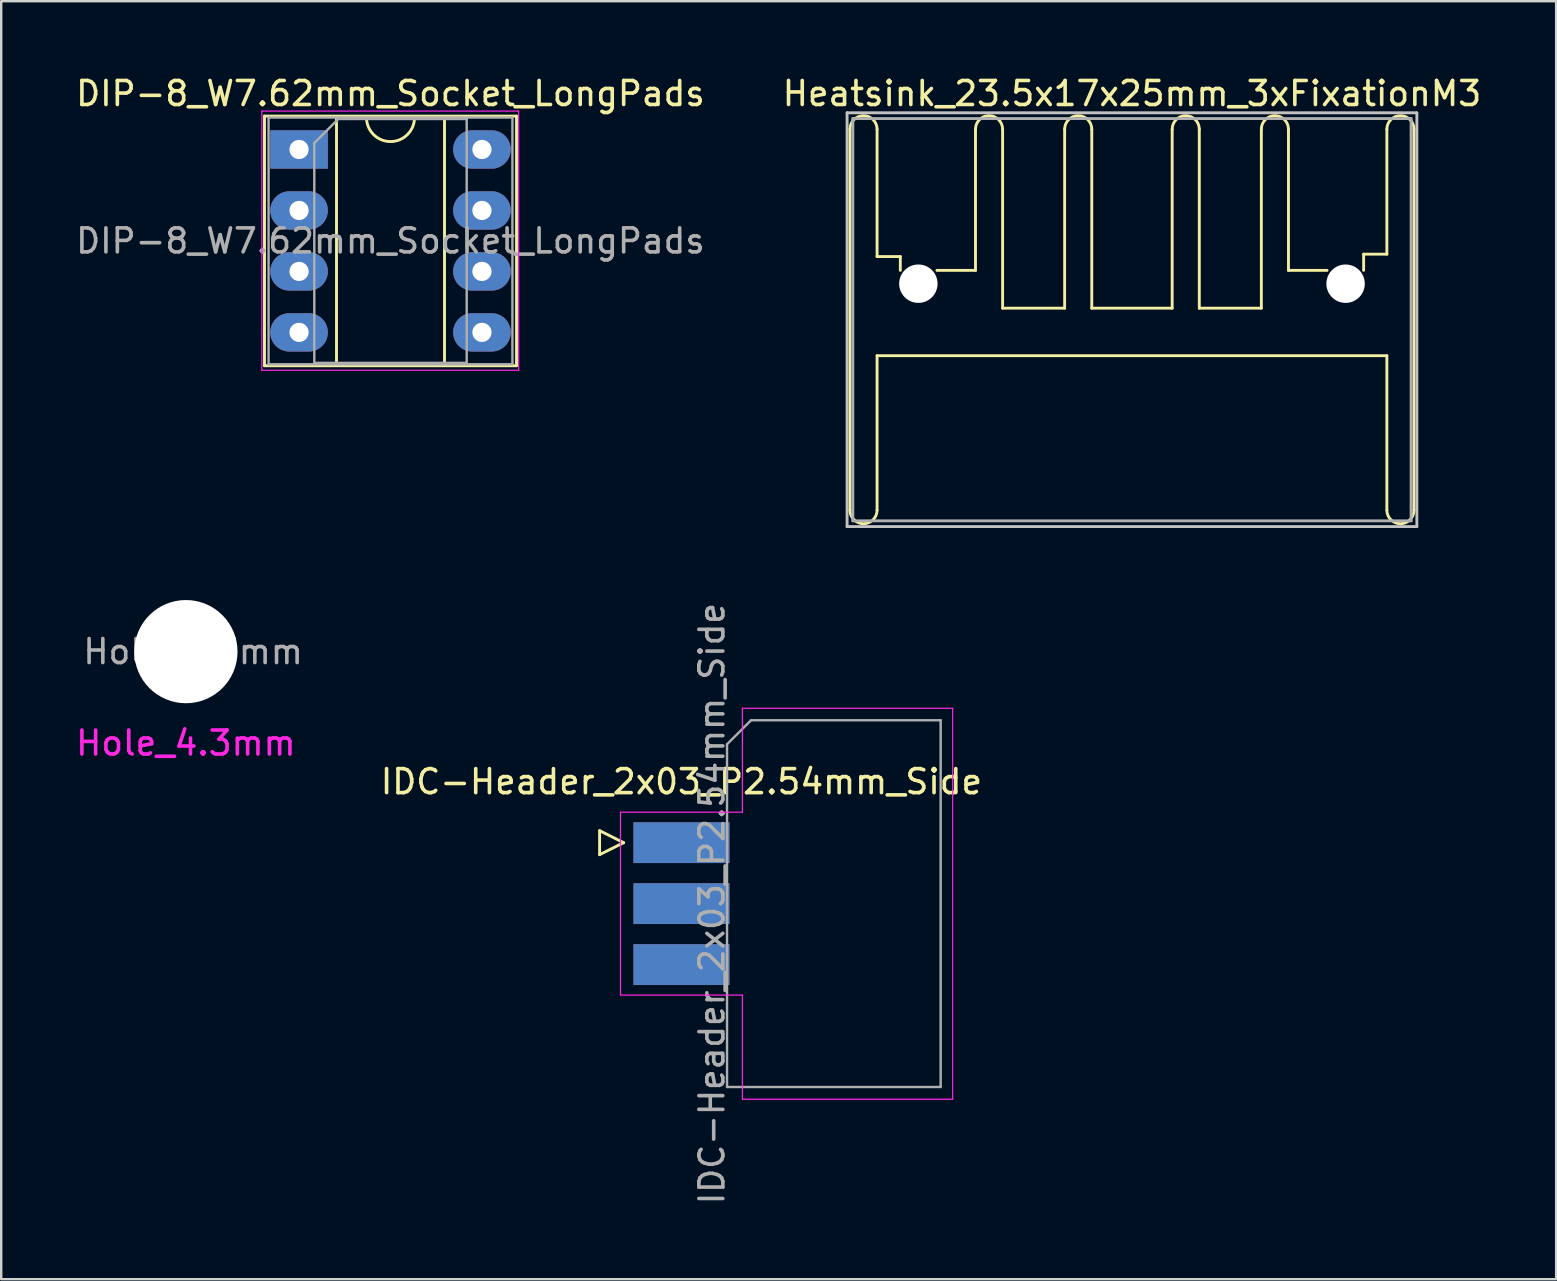
<source format=kicad_pcb>
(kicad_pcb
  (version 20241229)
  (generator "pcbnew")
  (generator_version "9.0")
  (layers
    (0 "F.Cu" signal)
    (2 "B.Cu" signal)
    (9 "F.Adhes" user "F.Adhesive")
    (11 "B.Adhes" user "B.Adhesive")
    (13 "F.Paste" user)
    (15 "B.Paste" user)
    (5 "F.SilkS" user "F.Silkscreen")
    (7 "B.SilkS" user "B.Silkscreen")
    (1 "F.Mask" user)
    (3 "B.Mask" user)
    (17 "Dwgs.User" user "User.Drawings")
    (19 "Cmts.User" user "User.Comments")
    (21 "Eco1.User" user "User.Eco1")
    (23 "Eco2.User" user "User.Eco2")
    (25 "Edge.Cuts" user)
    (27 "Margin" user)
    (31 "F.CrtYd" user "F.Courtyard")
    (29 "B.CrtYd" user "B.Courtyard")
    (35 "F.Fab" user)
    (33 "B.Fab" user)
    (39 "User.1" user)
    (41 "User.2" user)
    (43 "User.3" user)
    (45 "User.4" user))
  (footprint "Hole_4.3mm"
    (layer "F.Cu")
    (at 4.696 24.1)
    (property "Reference" "Hole_4.3mm" (at 0 3.81 0) (layer "F.CrtYd") (effects (font (size 1 1) (thickness 0.15))))
    (attr through_hole)
    (fp_text user "${REFERENCE}" (at 0.3 0 0) (layer "F.Fab") (effects (font (size 1 1) (thickness 0.15))))
    (pad "" np_thru_hole circle (at 0 0) (size 4.3 4.3) (drill 4.3) (layers "*.Cu" "*.Mask")))
  (footprint "Heatsink_23.5x17x25mm_3xFixationM3"
    (layer "F.Cu")
    (at 44.113 11.77)
    (property "Reference" "Heatsink_23.5x17x25mm_3xFixationM3" (at 0 -10.922 0) (layer "F.SilkS") (effects (font (size 1 1) (thickness 0.15))))
    (attr through_hole)
    (fp_line (start -11.75 6.435) (end -11.75 -9.435) (stroke (width 0.12) (type solid)) (layer "F.SilkS"))
    (fp_line (start -10.62 -4.13) (end -10.62 -9.435) (stroke (width 0.12) (type solid)) (layer "F.SilkS"))
    (fp_line (start -10.62 -4.13) (end -9.652 -4.13) (stroke (width 0.12) (type solid)) (layer "F.SilkS"))
    (fp_line (start -10.62 0) (end -10.62 6.435) (stroke (width 0.12) (type solid)) (layer "F.SilkS"))
    (fp_line (start -9.652 -4.13) (end -9.652 -3.556) (stroke (width 0.12) (type solid)) (layer "F.SilkS"))
    (fp_line (start -8.128 -3.556) (end -6.52 -3.556) (stroke (width 0.12) (type solid)) (layer "F.SilkS"))
    (fp_line (start -6.52 -9.435) (end -6.52 -3.556) (stroke (width 0.12) (type solid)) (layer "F.SilkS"))
    (fp_line (start -5.39 -1.98) (end -5.39 -9.435) (stroke (width 0.12) (type solid)) (layer "F.SilkS"))
    (fp_line (start -2.805 -1.98) (end -5.39 -1.98) (stroke (width 0.12) (type solid)) (layer "F.SilkS"))
    (fp_line (start -2.805 -1.98) (end -2.805 -9.435) (stroke (width 0.12) (type solid)) (layer "F.SilkS"))
    (fp_line (start -1.675 -1.98) (end -1.675 -9.435) (stroke (width 0.12) (type solid)) (layer "F.SilkS"))
    (fp_line (start 1.675 -9.435) (end 1.675 -1.98) (stroke (width 0.12) (type solid)) (layer "F.SilkS"))
    (fp_line (start 1.675 -1.98) (end -1.675 -1.98) (stroke (width 0.12) (type solid)) (layer "F.SilkS"))
    (fp_line (start 2.805 -1.98) (end 2.805 -9.435) (stroke (width 0.12) (type solid)) (layer "F.SilkS"))
    (fp_line (start 5.39 -1.98) (end 2.805 -1.98) (stroke (width 0.12) (type solid)) (layer "F.SilkS"))
    (fp_line (start 5.39 -1.98) (end 5.39 -9.435) (stroke (width 0.12) (type solid)) (layer "F.SilkS"))
    (fp_line (start 6.52 -3.556) (end 6.52 -9.435) (stroke (width 0.12) (type solid)) (layer "F.SilkS"))
    (fp_line (start 8.128 -3.556) (end 6.52 -3.556) (stroke (width 0.12) (type solid)) (layer "F.SilkS"))
    (fp_line (start 9.652 -4.23) (end 9.652 -3.556) (stroke (width 0.12) (type solid)) (layer "F.SilkS"))
    (fp_line (start 10.62 -9.435) (end 10.62 -4.23) (stroke (width 0.12) (type solid)) (layer "F.SilkS"))
    (fp_line (start 10.62 -4.23) (end 9.652 -4.23) (stroke (width 0.12) (type solid)) (layer "F.SilkS"))
    (fp_line (start 10.62 0) (end -10.62 0) (stroke (width 0.12) (type solid)) (layer "F.SilkS"))
    (fp_line (start 10.62 0) (end 10.62 6.435) (stroke (width 0.12) (type solid)) (layer "F.SilkS"))
    (fp_line (start 11.75 6.435) (end 11.75 -9.435) (stroke (width 0.12) (type solid)) (layer "F.SilkS"))
    (fp_arc (start -11.75 -9.435) (mid -11.185 -10) (end -10.62 -9.435) (stroke (width 0.12) (type solid)) (layer "F.SilkS"))
    (fp_arc (start -10.62 6.435) (mid -11.185 7) (end -11.75 6.435) (stroke (width 0.12) (type solid)) (layer "F.SilkS"))
    (fp_arc (start -6.52 -9.435) (mid -5.955 -10) (end -5.39 -9.435) (stroke (width 0.12) (type solid)) (layer "F.SilkS"))
    (fp_arc (start -2.805 -9.435) (mid -2.24 -10) (end -1.675 -9.435) (stroke (width 0.12) (type solid)) (layer "F.SilkS"))
    (fp_arc (start 1.675 -9.435) (mid 2.24 -10) (end 2.805 -9.435) (stroke (width 0.12) (type solid)) (layer "F.SilkS"))
    (fp_arc (start 5.39 -9.435) (mid 5.955 -10) (end 6.52 -9.435) (stroke (width 0.12) (type solid)) (layer "F.SilkS"))
    (fp_arc (start 10.62 -9.435) (mid 11.185 -10) (end 11.75 -9.435) (stroke (width 0.12) (type solid)) (layer "F.SilkS"))
    (fp_arc (start 11.75 6.435) (mid 11.185 7) (end 10.62 6.435) (stroke (width 0.12) (type solid)) (layer "F.SilkS"))
    (fp_line (start -11.87 -10.12) (end 11.87 -10.12) (stroke (width 0.12) (type solid)) (layer "Dwgs.User"))
    (fp_line (start -11.87 7.12) (end -11.87 -10.12) (stroke (width 0.12) (type solid)) (layer "Dwgs.User"))
    (fp_line (start -11.87 7.12) (end 11.87 7.12) (stroke (width 0.12) (type solid)) (layer "Dwgs.User"))
    (fp_line (start 11.87 -10.12) (end 11.87 7.12) (stroke (width 0.12) (type solid)) (layer "Dwgs.User"))
    (fp_line (start -11.63 -9.88) (end 11.63 -9.88) (stroke (width 0.12) (type solid)) (layer "F.Fab"))
    (fp_line (start -11.63 6.88) (end -11.63 -9.88) (stroke (width 0.12) (type solid)) (layer "F.Fab"))
    (fp_line (start -11.63 6.88) (end 11.63 6.88) (stroke (width 0.12) (type solid)) (layer "F.Fab"))
    (fp_line (start 11.63 6.88) (end 11.63 -9.88) (stroke (width 0.12) (type solid)) (layer "F.Fab"))
    (pad "" np_thru_hole circle (at -8.9 -3 90) (size 1.6 1.6) (drill 1.6) (layers "*.Cu" "*.Mask"))
    (pad "" np_thru_hole circle (at 8.9 -3 90) (size 1.6 1.6) (drill 1.6) (layers "*.Cu" "*.Mask")))
  (footprint "DIP-8_W7.62mm_Socket_LongPads"
    (layer "F.Cu")
    (at 9.41 3.178)
    (property "Reference" "DIP-8_W7.62mm_Socket_LongPads" (at 3.81 -2.33 0) (layer "F.SilkS") (effects (font (size 1 1) (thickness 0.15))))
    (attr through_hole)
    (fp_line (start -1.44 -1.39) (end -1.44 9.01) (stroke (width 0.12) (type solid)) (layer "F.SilkS"))
    (fp_line (start -1.44 9.01) (end 9.06 9.01) (stroke (width 0.12) (type solid)) (layer "F.SilkS"))
    (fp_line (start 1.56 -1.33) (end 1.56 8.95) (stroke (width 0.12) (type solid)) (layer "F.SilkS"))
    (fp_line (start 1.56 8.95) (end 6.06 8.95) (stroke (width 0.12) (type solid)) (layer "F.SilkS"))
    (fp_line (start 2.81 -1.33) (end 1.56 -1.33) (stroke (width 0.12) (type solid)) (layer "F.SilkS"))
    (fp_line (start 6.06 -1.33) (end 4.81 -1.33) (stroke (width 0.12) (type solid)) (layer "F.SilkS"))
    (fp_line (start 6.06 8.95) (end 6.06 -1.33) (stroke (width 0.12) (type solid)) (layer "F.SilkS"))
    (fp_line (start 9.06 -1.39) (end -1.44 -1.39) (stroke (width 0.12) (type solid)) (layer "F.SilkS"))
    (fp_line (start 9.06 9.01) (end 9.06 -1.39) (stroke (width 0.12) (type solid)) (layer "F.SilkS"))
    (fp_arc (start 4.81 -1.33) (mid 3.81 -0.33) (end 2.81 -1.33) (stroke (width 0.12) (type solid)) (layer "F.SilkS"))
    (fp_line (start -1.55 -1.6) (end -1.55 9.2) (stroke (width 0.05) (type solid)) (layer "F.CrtYd"))
    (fp_line (start -1.55 9.2) (end 9.15 9.2) (stroke (width 0.05) (type solid)) (layer "F.CrtYd"))
    (fp_line (start 9.15 -1.6) (end -1.55 -1.6) (stroke (width 0.05) (type solid)) (layer "F.CrtYd"))
    (fp_line (start 9.15 9.2) (end 9.15 -1.6) (stroke (width 0.05) (type solid)) (layer "F.CrtYd"))
    (fp_line (start -1.27 -1.33) (end -1.27 8.95) (stroke (width 0.1) (type solid)) (layer "F.Fab"))
    (fp_line (start -1.27 8.95) (end 8.89 8.95) (stroke (width 0.1) (type solid)) (layer "F.Fab"))
    (fp_line (start 0.635 -0.27) (end 1.635 -1.27) (stroke (width 0.1) (type solid)) (layer "F.Fab"))
    (fp_line (start 0.635 8.89) (end 0.635 -0.27) (stroke (width 0.1) (type solid)) (layer "F.Fab"))
    (fp_line (start 1.635 -1.27) (end 6.985 -1.27) (stroke (width 0.1) (type solid)) (layer "F.Fab"))
    (fp_line (start 6.985 -1.27) (end 6.985 8.89) (stroke (width 0.1) (type solid)) (layer "F.Fab"))
    (fp_line (start 6.985 8.89) (end 0.635 8.89) (stroke (width 0.1) (type solid)) (layer "F.Fab"))
    (fp_line (start 8.89 -1.33) (end -1.27 -1.33) (stroke (width 0.1) (type solid)) (layer "F.Fab"))
    (fp_line (start 8.89 8.95) (end 8.89 -1.33) (stroke (width 0.1) (type solid)) (layer "F.Fab"))
    (fp_text user "${REFERENCE}" (at 3.81 3.81 0) (layer "F.Fab") (effects (font (size 1 1) (thickness 0.15))))
    (pad "1" thru_hole rect (at 0 0) (size 2.4 1.6) (drill 0.8) (layers "*.Cu" "*.Mask"))
    (pad "2" thru_hole oval (at 0 2.54) (size 2.4 1.6) (drill 0.8) (layers "*.Cu" "*.Mask"))
    (pad "3" thru_hole oval (at 0 5.08) (size 2.4 1.6) (drill 0.8) (layers "*.Cu" "*.Mask"))
    (pad "4" thru_hole oval (at 0 7.62) (size 2.4 1.6) (drill 0.8) (layers "*.Cu" "*.Mask"))
    (pad "5" thru_hole oval (at 7.62 7.62) (size 2.4 1.6) (drill 0.8) (layers "*.Cu" "*.Mask"))
    (pad "6" thru_hole oval (at 7.62 5.08) (size 2.4 1.6) (drill 0.8) (layers "*.Cu" "*.Mask"))
    (pad "7" thru_hole oval (at 7.62 2.54) (size 2.4 1.6) (drill 0.8) (layers "*.Cu" "*.Mask"))
    (pad "8" thru_hole oval (at 7.62 0) (size 2.4 1.6) (drill 0.8) (layers "*.Cu" "*.Mask")))
  (footprint "IDC-Header_2x03_P2.54mm_Side"
    (layer "F.Cu")
    (at 25.342 32.059)
    (property "Reference" "IDC-Header_2x03_P2.54mm_Side" (at 0 -2.54 0) (layer "F.SilkS") (effects (font (size 1 1) (thickness 0.15))))
    (attr through_hole)
    (fp_line (start -3.41 -0.5) (end -3.41 0.5) (stroke (width 0.12) (type solid)) (layer "F.SilkS"))
    (fp_line (start -3.41 0.5) (end -2.41 0) (stroke (width 0.12) (type solid)) (layer "F.SilkS"))
    (fp_line (start -2.41 0) (end -3.41 -0.5) (stroke (width 0.12) (type solid)) (layer "F.SilkS"))
    (fp_line (start -2.54 -1.27) (end -2.54 6.35) (stroke (width 0.05) (type solid)) (layer "F.CrtYd"))
    (fp_line (start -2.54 6.35) (end 2.54 6.35) (stroke (width 0.05) (type solid)) (layer "F.CrtYd"))
    (fp_line (start 2.54 -5.6) (end 2.54 -1.27) (stroke (width 0.05) (type solid)) (layer "F.CrtYd"))
    (fp_line (start 2.54 -1.27) (end -2.54 -1.27) (stroke (width 0.05) (type solid)) (layer "F.CrtYd"))
    (fp_line (start 2.54 10.69) (end 2.54 6.35) (stroke (width 0.05) (type solid)) (layer "F.CrtYd"))
    (fp_line (start 11.3 -5.6) (end 2.54 -5.6) (stroke (width 0.05) (type solid)) (layer "F.CrtYd"))
    (fp_line (start 11.3 10.69) (end 2.54 10.69) (stroke (width 0.05) (type solid)) (layer "F.CrtYd"))
    (fp_line (start 11.3 10.69) (end 11.3 -5.6) (stroke (width 0.05) (type solid)) (layer "F.CrtYd"))
    (fp_line (start 1.9 -4.1) (end 2.9 -5.1) (stroke (width 0.1) (type solid)) (layer "F.Fab"))
    (fp_line (start 1.9 10.18) (end 1.9 -4.1) (stroke (width 0.1) (type solid)) (layer "F.Fab"))
    (fp_line (start 2.9 -5.1) (end 10.8 -5.1) (stroke (width 0.1) (type solid)) (layer "F.Fab"))
    (fp_line (start 10.8 -5.1) (end 10.8 10.18) (stroke (width 0.1) (type solid)) (layer "F.Fab"))
    (fp_line (start 10.8 10.18) (end 1.9 10.18) (stroke (width 0.1) (type solid)) (layer "F.Fab"))
    (fp_text user "${REFERENCE}" (at 1.27 2.54 90) (layer "F.Fab") (effects (font (size 1 1) (thickness 0.15))))
    (pad "1" smd rect (at 0 0) (size 4 1.7) (layers "F.Cu" "F.Mask" "F.Paste"))
    (pad "2" smd rect (at 0 0) (size 4 1.7) (layers "B.Cu" "B.Mask" "B.Paste"))
    (pad "3" smd rect (at 0 2.54) (size 4 1.7) (layers "F.Cu" "F.Mask" "F.Paste"))
    (pad "4" smd rect (at 0 2.54) (size 4 1.7) (layers "B.Cu" "B.Mask" "B.Paste"))
    (pad "5" smd rect (at 0 5.08) (size 4 1.7) (layers "F.Cu" "F.Mask" "F.Paste"))
    (pad "6" smd rect (at 0 5.08) (size 4 1.7) (layers "B.Cu" "B.Mask" "B.Paste")))
  (gr_rect
    (start -3 -3)
    (end 61.786 50.248)
    (stroke (width 0.1) (type default))
    (fill no)
    (layer "Edge.Cuts")))
</source>
